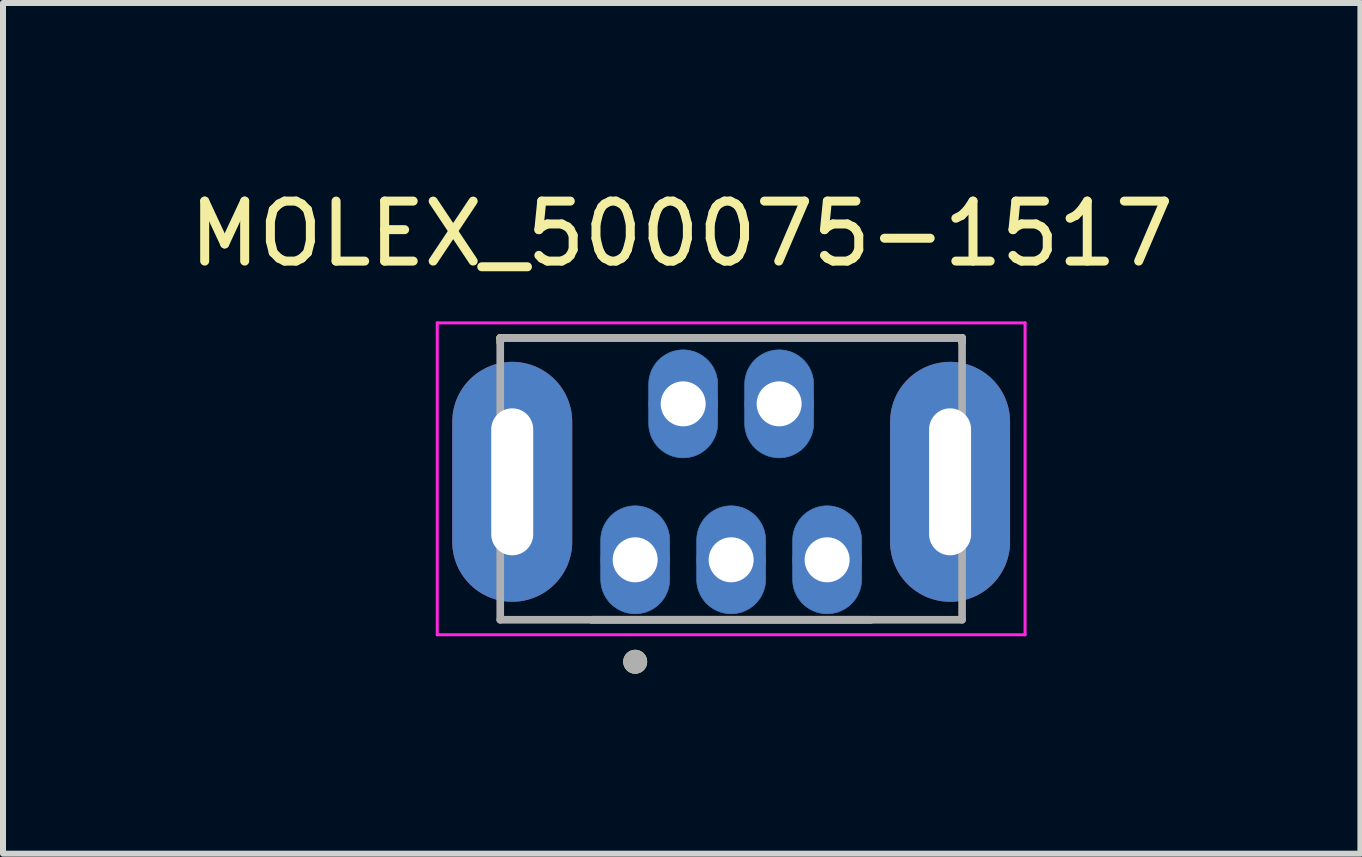
<source format=kicad_pcb>
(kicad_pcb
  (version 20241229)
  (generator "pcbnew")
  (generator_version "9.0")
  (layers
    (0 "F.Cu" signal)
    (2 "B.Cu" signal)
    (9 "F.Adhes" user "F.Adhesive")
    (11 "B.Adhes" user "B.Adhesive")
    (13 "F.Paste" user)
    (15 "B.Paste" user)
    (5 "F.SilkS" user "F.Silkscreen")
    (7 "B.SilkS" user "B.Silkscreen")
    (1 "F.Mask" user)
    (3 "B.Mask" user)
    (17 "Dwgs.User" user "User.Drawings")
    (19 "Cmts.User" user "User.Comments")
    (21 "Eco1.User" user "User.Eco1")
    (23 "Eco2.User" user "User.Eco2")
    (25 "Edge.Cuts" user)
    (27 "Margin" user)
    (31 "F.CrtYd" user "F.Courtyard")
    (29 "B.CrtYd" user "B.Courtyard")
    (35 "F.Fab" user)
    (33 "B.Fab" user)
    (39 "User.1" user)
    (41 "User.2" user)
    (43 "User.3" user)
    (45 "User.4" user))
  (footprint "MOLEX_500075-1517"
    (layer "F.Cu")
    (at 9.14 4.983)
    (property "Reference" "MOLEX_500075-1517" (at -0.825 -4.135 0) (layer "F.SilkS") (effects (font (size 1 1) (thickness 0.15))))
    (attr through_hole)
    (fp_poly (pts (xy -1.025 0.975) (xy -1.025 1.3) (xy -1.225 1.3) (xy -1.226 1.28) (xy -1.227 1.261) (xy -1.23 1.241) (xy -1.233 1.222) (xy -1.238 1.203) (xy -1.243 1.184) (xy -1.25 1.166) (xy -1.257 1.147) (xy -1.266 1.13) (xy -1.275 1.113) (xy -1.285 1.096) (xy -1.297 1.08) (xy -1.309 1.064) (xy -1.321 1.049) (xy -1.335 1.035) (xy -1.349 1.021) (xy -1.364 1.009) (xy -1.38 0.997) (xy -1.396 0.985) (xy -1.413 0.975) (xy -1.43 0.966) (xy -1.447 0.957) (xy -1.466 0.95) (xy -1.484 0.943) (xy -1.503 0.938) (xy -1.522 0.933) (xy -1.541 0.93) (xy -1.561 0.927) (xy -1.58 0.926) (xy -1.6 0.925) (xy -1.62 0.926) (xy -1.639 0.927) (xy -1.659 0.93) (xy -1.678 0.933) (xy -1.697 0.938) (xy -1.716 0.943) (xy -1.734 0.95) (xy -1.753 0.957) (xy -1.77 0.966) (xy -1.788 0.975) (xy -1.804 0.985) (xy -1.82 0.997) (xy -1.836 1.009) (xy -1.851 1.021) (xy -1.865 1.035) (xy -1.879 1.049) (xy -1.891 1.064) (xy -1.903 1.08) (xy -1.915 1.096) (xy -1.925 1.113) (xy -1.934 1.13) (xy -1.943 1.147) (xy -1.95 1.166) (xy -1.957 1.184) (xy -1.962 1.203) (xy -1.967 1.222) (xy -1.97 1.241) (xy -1.973 1.261) (xy -1.974 1.28) (xy -1.975 1.3) (xy -1.974 1.32) (xy -1.973 1.339) (xy -1.97 1.359) (xy -1.967 1.378) (xy -1.962 1.397) (xy -1.957 1.416) (xy -1.95 1.434) (xy -1.943 1.453) (xy -1.934 1.47) (xy -1.925 1.488) (xy -1.915 1.504) (xy -1.903 1.52) (xy -1.891 1.536) (xy -1.879 1.551) (xy -1.865 1.565) (xy -1.851 1.579) (xy -1.836 1.591) (xy -1.82 1.603) (xy -1.804 1.615) (xy -1.788 1.625) (xy -1.77 1.634) (xy -1.753 1.643) (xy -1.734 1.65) (xy -1.716 1.657) (xy -1.697 1.662) (xy -1.678 1.667) (xy -1.659 1.67) (xy -1.639 1.673) (xy -1.62 1.674) (xy -1.6 1.675) (xy -1.582 1.675) (xy -1.563 1.674) (xy -1.544 1.671) (xy -1.524 1.668) (xy -1.505 1.664) (xy -1.487 1.659) (xy -1.468 1.653) (xy -1.45 1.646) (xy -1.433 1.638) (xy -1.416 1.629) (xy -1.399 1.619) (xy -1.383 1.608) (xy -1.367 1.597) (xy -1.352 1.584) (xy -1.338 1.571) (xy -1.324 1.557) (xy -1.312 1.543) (xy -1.299 1.528) (xy -1.288 1.512) (xy -1.278 1.496) (xy -1.268 1.479) (xy -1.26 1.461) (xy -1.252 1.444) (xy -1.245 1.425) (xy -1.239 1.407) (xy -1.234 1.388) (xy -1.231 1.369) (xy -1.228 1.35) (xy -1.226 1.331) (xy -1.225 1.31) (xy -1.025 1.31) (xy -1.025 1.625) (xy -1.026 1.655) (xy -1.028 1.685) (xy -1.032 1.715) (xy -1.038 1.745) (xy -1.045 1.774) (xy -1.053 1.803) (xy -1.063 1.831) (xy -1.075 1.859) (xy -1.088 1.886) (xy -1.102 1.913) (xy -1.118 1.938) (xy -1.135 1.963) (xy -1.153 1.987) (xy -1.173 2.01) (xy -1.193 2.032) (xy -1.215 2.052) (xy -1.238 2.072) (xy -1.262 2.09) (xy -1.287 2.107) (xy -1.313 2.123) (xy -1.339 2.137) (xy -1.366 2.15) (xy -1.394 2.162) (xy -1.422 2.172) (xy -1.451 2.18) (xy -1.48 2.187) (xy -1.51 2.193) (xy -1.54 2.197) (xy -1.57 2.199) (xy -1.6 2.2) (xy -1.63 2.199) (xy -1.66 2.197) (xy -1.69 2.193) (xy -1.72 2.187) (xy -1.749 2.18) (xy -1.778 2.172) (xy -1.806 2.162) (xy -1.834 2.15) (xy -1.861 2.137) (xy -1.887 2.123) (xy -1.913 2.107) (xy -1.938 2.09) (xy -1.962 2.072) (xy -1.985 2.052) (xy -2.007 2.032) (xy -2.027 2.01) (xy -2.047 1.987) (xy -2.065 1.963) (xy -2.082 1.938) (xy -2.098 1.913) (xy -2.112 1.886) (xy -2.125 1.859) (xy -2.137 1.831) (xy -2.147 1.803) (xy -2.155 1.774) (xy -2.162 1.745) (xy -2.168 1.715) (xy -2.172 1.685) (xy -2.174 1.655) (xy -2.175 1.625) (xy -2.175 0.975) (xy -2.174 0.945) (xy -2.172 0.915) (xy -2.168 0.885) (xy -2.162 0.855) (xy -2.155 0.826) (xy -2.147 0.797) (xy -2.137 0.769) (xy -2.125 0.741) (xy -2.112 0.714) (xy -2.098 0.688) (xy -2.082 0.662) (xy -2.065 0.637) (xy -2.047 0.613) (xy -2.027 0.59) (xy -2.007 0.568) (xy -1.985 0.548) (xy -1.962 0.528) (xy -1.938 0.51) (xy -1.913 0.493) (xy -1.887 0.477) (xy -1.861 0.463) (xy -1.834 0.45) (xy -1.806 0.438) (xy -1.778 0.428) (xy -1.749 0.42) (xy -1.72 0.413) (xy -1.69 0.407) (xy -1.66 0.403) (xy -1.63 0.401) (xy -1.6 0.4) (xy -1.57 0.401) (xy -1.54 0.403) (xy -1.51 0.407) (xy -1.48 0.413) (xy -1.451 0.42) (xy -1.422 0.428) (xy -1.394 0.438) (xy -1.366 0.45) (xy -1.339 0.463) (xy -1.313 0.477) (xy -1.287 0.493) (xy -1.262 0.51) (xy -1.238 0.528) (xy -1.215 0.548) (xy -1.193 0.568) (xy -1.173 0.59) (xy -1.153 0.613) (xy -1.135 0.637) (xy -1.118 0.662) (xy -1.102 0.688) (xy -1.088 0.714) (xy -1.075 0.741) (xy -1.063 0.769) (xy -1.053 0.797) (xy -1.045 0.826) (xy -1.038 0.855) (xy -1.032 0.885) (xy -1.028 0.915) (xy -1.026 0.945) (xy -1.025 0.975)) (stroke (width 0.01) (type solid)) (fill yes) (layer "B.Cu"))
    (fp_poly (pts (xy -0.225 -1.625) (xy -0.225 -1.3) (xy -0.425 -1.3) (xy -0.426 -1.32) (xy -0.427 -1.339) (xy -0.43 -1.359) (xy -0.433 -1.378) (xy -0.438 -1.397) (xy -0.443 -1.416) (xy -0.45 -1.434) (xy -0.457 -1.453) (xy -0.466 -1.47) (xy -0.475 -1.488) (xy -0.485 -1.504) (xy -0.497 -1.52) (xy -0.509 -1.536) (xy -0.521 -1.551) (xy -0.535 -1.565) (xy -0.549 -1.579) (xy -0.564 -1.591) (xy -0.58 -1.603) (xy -0.596 -1.615) (xy -0.612 -1.625) (xy -0.63 -1.634) (xy -0.647 -1.643) (xy -0.666 -1.65) (xy -0.684 -1.657) (xy -0.703 -1.662) (xy -0.722 -1.667) (xy -0.741 -1.67) (xy -0.761 -1.673) (xy -0.78 -1.674) (xy -0.8 -1.675) (xy -0.82 -1.674) (xy -0.839 -1.673) (xy -0.859 -1.67) (xy -0.878 -1.667) (xy -0.897 -1.662) (xy -0.916 -1.657) (xy -0.934 -1.65) (xy -0.953 -1.643) (xy -0.97 -1.634) (xy -0.987 -1.625) (xy -1.004 -1.615) (xy -1.02 -1.603) (xy -1.036 -1.591) (xy -1.051 -1.579) (xy -1.065 -1.565) (xy -1.079 -1.551) (xy -1.091 -1.536) (xy -1.103 -1.52) (xy -1.115 -1.504) (xy -1.125 -1.488) (xy -1.134 -1.47) (xy -1.143 -1.453) (xy -1.15 -1.434) (xy -1.157 -1.416) (xy -1.162 -1.397) (xy -1.167 -1.378) (xy -1.17 -1.359) (xy -1.173 -1.339) (xy -1.174 -1.32) (xy -1.175 -1.3) (xy -1.174 -1.28) (xy -1.173 -1.261) (xy -1.17 -1.241) (xy -1.167 -1.222) (xy -1.162 -1.203) (xy -1.157 -1.184) (xy -1.15 -1.166) (xy -1.143 -1.147) (xy -1.134 -1.13) (xy -1.125 -1.113) (xy -1.115 -1.096) (xy -1.103 -1.08) (xy -1.091 -1.064) (xy -1.079 -1.049) (xy -1.065 -1.035) (xy -1.051 -1.021) (xy -1.036 -1.009) (xy -1.02 -0.997) (xy -1.004 -0.985) (xy -0.988 -0.975) (xy -0.97 -0.966) (xy -0.953 -0.957) (xy -0.934 -0.95) (xy -0.916 -0.943) (xy -0.897 -0.938) (xy -0.878 -0.933) (xy -0.859 -0.93) (xy -0.839 -0.927) (xy -0.82 -0.926) (xy -0.8 -0.925) (xy -0.782 -0.925) (xy -0.763 -0.926) (xy -0.744 -0.929) (xy -0.724 -0.932) (xy -0.705 -0.936) (xy -0.687 -0.941) (xy -0.668 -0.947) (xy -0.65 -0.954) (xy -0.633 -0.962) (xy -0.616 -0.971) (xy -0.599 -0.981) (xy -0.583 -0.992) (xy -0.567 -1.003) (xy -0.552 -1.016) (xy -0.538 -1.029) (xy -0.524 -1.043) (xy -0.512 -1.057) (xy -0.499 -1.072) (xy -0.488 -1.088) (xy -0.478 -1.104) (xy -0.468 -1.121) (xy -0.46 -1.139) (xy -0.452 -1.156) (xy -0.445 -1.175) (xy -0.439 -1.193) (xy -0.434 -1.212) (xy -0.431 -1.231) (xy -0.428 -1.25) (xy -0.426 -1.269) (xy -0.425 -1.29) (xy -0.225 -1.29) (xy -0.225 -0.975) (xy -0.226 -0.945) (xy -0.228 -0.915) (xy -0.232 -0.885) (xy -0.238 -0.855) (xy -0.245 -0.826) (xy -0.253 -0.797) (xy -0.263 -0.769) (xy -0.275 -0.741) (xy -0.288 -0.714) (xy -0.302 -0.688) (xy -0.318 -0.662) (xy -0.335 -0.637) (xy -0.353 -0.613) (xy -0.373 -0.59) (xy -0.393 -0.568) (xy -0.415 -0.548) (xy -0.438 -0.528) (xy -0.462 -0.51) (xy -0.487 -0.493) (xy -0.512 -0.477) (xy -0.539 -0.463) (xy -0.566 -0.45) (xy -0.594 -0.438) (xy -0.622 -0.428) (xy -0.651 -0.42) (xy -0.68 -0.413) (xy -0.71 -0.407) (xy -0.74 -0.403) (xy -0.77 -0.401) (xy -0.8 -0.4) (xy -0.83 -0.401) (xy -0.86 -0.403) (xy -0.89 -0.407) (xy -0.92 -0.413) (xy -0.949 -0.42) (xy -0.978 -0.428) (xy -1.006 -0.438) (xy -1.034 -0.45) (xy -1.061 -0.463) (xy -1.087 -0.477) (xy -1.113 -0.493) (xy -1.138 -0.51) (xy -1.162 -0.528) (xy -1.185 -0.548) (xy -1.207 -0.568) (xy -1.227 -0.59) (xy -1.247 -0.613) (xy -1.265 -0.637) (xy -1.282 -0.662) (xy -1.298 -0.688) (xy -1.312 -0.714) (xy -1.325 -0.741) (xy -1.337 -0.769) (xy -1.347 -0.797) (xy -1.355 -0.826) (xy -1.362 -0.855) (xy -1.368 -0.885) (xy -1.372 -0.915) (xy -1.374 -0.945) (xy -1.375 -0.975) (xy -1.375 -1.625) (xy -1.374 -1.655) (xy -1.372 -1.685) (xy -1.368 -1.715) (xy -1.362 -1.745) (xy -1.355 -1.774) (xy -1.347 -1.803) (xy -1.337 -1.831) (xy -1.325 -1.859) (xy -1.312 -1.886) (xy -1.298 -1.913) (xy -1.282 -1.938) (xy -1.265 -1.963) (xy -1.247 -1.987) (xy -1.227 -2.01) (xy -1.207 -2.032) (xy -1.185 -2.052) (xy -1.162 -2.072) (xy -1.138 -2.09) (xy -1.113 -2.107) (xy -1.087 -2.123) (xy -1.061 -2.137) (xy -1.034 -2.15) (xy -1.006 -2.162) (xy -0.978 -2.172) (xy -0.949 -2.18) (xy -0.92 -2.187) (xy -0.89 -2.193) (xy -0.86 -2.197) (xy -0.83 -2.199) (xy -0.8 -2.2) (xy -0.77 -2.199) (xy -0.74 -2.197) (xy -0.71 -2.193) (xy -0.68 -2.187) (xy -0.651 -2.18) (xy -0.622 -2.172) (xy -0.594 -2.162) (xy -0.566 -2.15) (xy -0.539 -2.137) (xy -0.513 -2.123) (xy -0.487 -2.107) (xy -0.462 -2.09) (xy -0.438 -2.072) (xy -0.415 -2.052) (xy -0.393 -2.032) (xy -0.373 -2.01) (xy -0.353 -1.987) (xy -0.335 -1.963) (xy -0.318 -1.938) (xy -0.302 -1.913) (xy -0.288 -1.886) (xy -0.275 -1.859) (xy -0.263 -1.831) (xy -0.253 -1.803) (xy -0.245 -1.774) (xy -0.238 -1.745) (xy -0.232 -1.715) (xy -0.228 -1.685) (xy -0.226 -1.655) (xy -0.225 -1.625)) (stroke (width 0.01) (type solid)) (fill yes) (layer "B.Cu"))
    (fp_poly (pts (xy 0.575 0.975) (xy 0.575 1.3) (xy 0.375 1.3) (xy 0.374 1.28) (xy 0.373 1.261) (xy 0.37 1.241) (xy 0.367 1.222) (xy 0.362 1.203) (xy 0.357 1.184) (xy 0.35 1.166) (xy 0.343 1.147) (xy 0.334 1.13) (xy 0.325 1.113) (xy 0.315 1.096) (xy 0.303 1.08) (xy 0.291 1.064) (xy 0.279 1.049) (xy 0.265 1.035) (xy 0.251 1.021) (xy 0.236 1.009) (xy 0.22 0.997) (xy 0.204 0.985) (xy 0.188 0.975) (xy 0.17 0.966) (xy 0.153 0.957) (xy 0.134 0.95) (xy 0.116 0.943) (xy 0.097 0.938) (xy 0.078 0.933) (xy 0.059 0.93) (xy 0.039 0.927) (xy 0.02 0.926) (xy 0 0.925) (xy -0.02 0.926) (xy -0.039 0.927) (xy -0.059 0.93) (xy -0.078 0.933) (xy -0.097 0.938) (xy -0.116 0.943) (xy -0.134 0.95) (xy -0.153 0.957) (xy -0.17 0.966) (xy -0.187 0.975) (xy -0.204 0.985) (xy -0.22 0.997) (xy -0.236 1.009) (xy -0.251 1.021) (xy -0.265 1.035) (xy -0.279 1.049) (xy -0.291 1.064) (xy -0.303 1.08) (xy -0.315 1.096) (xy -0.325 1.113) (xy -0.334 1.13) (xy -0.343 1.147) (xy -0.35 1.166) (xy -0.357 1.184) (xy -0.362 1.203) (xy -0.367 1.222) (xy -0.37 1.241) (xy -0.373 1.261) (xy -0.374 1.28) (xy -0.375 1.3) (xy -0.374 1.32) (xy -0.373 1.339) (xy -0.37 1.359) (xy -0.367 1.378) (xy -0.362 1.397) (xy -0.357 1.416) (xy -0.35 1.434) (xy -0.343 1.453) (xy -0.334 1.47) (xy -0.325 1.488) (xy -0.315 1.504) (xy -0.303 1.52) (xy -0.291 1.536) (xy -0.279 1.551) (xy -0.265 1.565) (xy -0.251 1.579) (xy -0.236 1.591) (xy -0.22 1.603) (xy -0.204 1.615) (xy -0.188 1.625) (xy -0.17 1.634) (xy -0.153 1.643) (xy -0.134 1.65) (xy -0.116 1.657) (xy -0.097 1.662) (xy -0.078 1.667) (xy -0.059 1.67) (xy -0.039 1.673) (xy -0.02 1.674) (xy 0 1.675) (xy 0.018 1.675) (xy 0.037 1.674) (xy 0.056 1.671) (xy 0.076 1.668) (xy 0.095 1.664) (xy 0.113 1.659) (xy 0.132 1.653) (xy 0.15 1.646) (xy 0.167 1.638) (xy 0.184 1.629) (xy 0.201 1.619) (xy 0.217 1.608) (xy 0.233 1.597) (xy 0.248 1.584) (xy 0.262 1.571) (xy 0.276 1.557) (xy 0.288 1.543) (xy 0.301 1.528) (xy 0.312 1.512) (xy 0.322 1.496) (xy 0.332 1.479) (xy 0.34 1.461) (xy 0.348 1.444) (xy 0.355 1.425) (xy 0.361 1.407) (xy 0.366 1.388) (xy 0.369 1.369) (xy 0.372 1.35) (xy 0.374 1.331) (xy 0.375 1.31) (xy 0.575 1.31) (xy 0.575 1.625) (xy 0.574 1.655) (xy 0.572 1.685) (xy 0.568 1.715) (xy 0.562 1.745) (xy 0.555 1.774) (xy 0.547 1.803) (xy 0.537 1.831) (xy 0.525 1.859) (xy 0.512 1.886) (xy 0.498 1.913) (xy 0.482 1.938) (xy 0.465 1.963) (xy 0.447 1.987) (xy 0.427 2.01) (xy 0.407 2.032) (xy 0.385 2.052) (xy 0.362 2.072) (xy 0.338 2.09) (xy 0.313 2.107) (xy 0.287 2.123) (xy 0.261 2.137) (xy 0.234 2.15) (xy 0.206 2.162) (xy 0.178 2.172) (xy 0.149 2.18) (xy 0.12 2.187) (xy 0.09 2.193) (xy 0.06 2.197) (xy 0.03 2.199) (xy 0 2.2) (xy -0.03 2.199) (xy -0.06 2.197) (xy -0.09 2.193) (xy -0.12 2.187) (xy -0.149 2.18) (xy -0.178 2.172) (xy -0.206 2.162) (xy -0.234 2.15) (xy -0.261 2.137) (xy -0.288 2.123) (xy -0.313 2.107) (xy -0.338 2.09) (xy -0.362 2.072) (xy -0.385 2.052) (xy -0.407 2.032) (xy -0.427 2.01) (xy -0.447 1.987) (xy -0.465 1.963) (xy -0.482 1.938) (xy -0.498 1.913) (xy -0.512 1.886) (xy -0.525 1.859) (xy -0.537 1.831) (xy -0.547 1.803) (xy -0.555 1.774) (xy -0.562 1.745) (xy -0.568 1.715) (xy -0.572 1.685) (xy -0.574 1.655) (xy -0.575 1.625) (xy -0.575 0.975) (xy -0.574 0.945) (xy -0.572 0.915) (xy -0.568 0.885) (xy -0.562 0.855) (xy -0.555 0.826) (xy -0.547 0.797) (xy -0.537 0.769) (xy -0.525 0.741) (xy -0.512 0.714) (xy -0.498 0.688) (xy -0.482 0.662) (xy -0.465 0.637) (xy -0.447 0.613) (xy -0.427 0.59) (xy -0.407 0.568) (xy -0.385 0.548) (xy -0.362 0.528) (xy -0.338 0.51) (xy -0.313 0.493) (xy -0.287 0.477) (xy -0.261 0.463) (xy -0.234 0.45) (xy -0.206 0.438) (xy -0.178 0.428) (xy -0.149 0.42) (xy -0.12 0.413) (xy -0.09 0.407) (xy -0.06 0.403) (xy -0.03 0.401) (xy 0 0.4) (xy 0.03 0.401) (xy 0.06 0.403) (xy 0.09 0.407) (xy 0.12 0.413) (xy 0.149 0.42) (xy 0.178 0.428) (xy 0.206 0.438) (xy 0.234 0.45) (xy 0.261 0.463) (xy 0.288 0.477) (xy 0.313 0.493) (xy 0.338 0.51) (xy 0.362 0.528) (xy 0.385 0.548) (xy 0.407 0.568) (xy 0.427 0.59) (xy 0.447 0.613) (xy 0.465 0.637) (xy 0.482 0.662) (xy 0.498 0.688) (xy 0.512 0.714) (xy 0.525 0.741) (xy 0.537 0.769) (xy 0.547 0.797) (xy 0.555 0.826) (xy 0.562 0.855) (xy 0.568 0.885) (xy 0.572 0.915) (xy 0.574 0.945) (xy 0.575 0.975)) (stroke (width 0.01) (type solid)) (fill yes) (layer "B.Cu"))
    (fp_poly (pts (xy 1.375 -1.625) (xy 1.375 -1.3) (xy 1.175 -1.3) (xy 1.174 -1.32) (xy 1.173 -1.339) (xy 1.17 -1.359) (xy 1.167 -1.378) (xy 1.162 -1.397) (xy 1.157 -1.416) (xy 1.15 -1.434) (xy 1.143 -1.453) (xy 1.134 -1.47) (xy 1.125 -1.488) (xy 1.115 -1.504) (xy 1.103 -1.52) (xy 1.091 -1.536) (xy 1.079 -1.551) (xy 1.065 -1.565) (xy 1.051 -1.579) (xy 1.036 -1.591) (xy 1.02 -1.603) (xy 1.004 -1.615) (xy 0.988 -1.625) (xy 0.97 -1.634) (xy 0.953 -1.643) (xy 0.934 -1.65) (xy 0.916 -1.657) (xy 0.897 -1.662) (xy 0.878 -1.667) (xy 0.859 -1.67) (xy 0.839 -1.673) (xy 0.82 -1.674) (xy 0.8 -1.675) (xy 0.78 -1.674) (xy 0.761 -1.673) (xy 0.741 -1.67) (xy 0.722 -1.667) (xy 0.703 -1.662) (xy 0.684 -1.657) (xy 0.666 -1.65) (xy 0.647 -1.643) (xy 0.63 -1.634) (xy 0.613 -1.625) (xy 0.596 -1.615) (xy 0.58 -1.603) (xy 0.564 -1.591) (xy 0.549 -1.579) (xy 0.535 -1.565) (xy 0.521 -1.551) (xy 0.509 -1.536) (xy 0.497 -1.52) (xy 0.485 -1.504) (xy 0.475 -1.488) (xy 0.466 -1.47) (xy 0.457 -1.453) (xy 0.45 -1.434) (xy 0.443 -1.416) (xy 0.438 -1.397) (xy 0.433 -1.378) (xy 0.43 -1.359) (xy 0.427 -1.339) (xy 0.426 -1.32) (xy 0.425 -1.3) (xy 0.426 -1.28) (xy 0.427 -1.261) (xy 0.43 -1.241) (xy 0.433 -1.222) (xy 0.438 -1.203) (xy 0.443 -1.184) (xy 0.45 -1.166) (xy 0.457 -1.147) (xy 0.466 -1.13) (xy 0.475 -1.113) (xy 0.485 -1.096) (xy 0.497 -1.08) (xy 0.509 -1.064) (xy 0.521 -1.049) (xy 0.535 -1.035) (xy 0.549 -1.021) (xy 0.564 -1.009) (xy 0.58 -0.997) (xy 0.596 -0.985) (xy 0.612 -0.975) (xy 0.63 -0.966) (xy 0.647 -0.957) (xy 0.666 -0.95) (xy 0.684 -0.943) (xy 0.703 -0.938) (xy 0.722 -0.933) (xy 0.741 -0.93) (xy 0.761 -0.927) (xy 0.78 -0.926) (xy 0.8 -0.925) (xy 0.818 -0.925) (xy 0.837 -0.926) (xy 0.856 -0.929) (xy 0.876 -0.932) (xy 0.895 -0.936) (xy 0.913 -0.941) (xy 0.932 -0.947) (xy 0.95 -0.954) (xy 0.967 -0.962) (xy 0.984 -0.971) (xy 1.001 -0.981) (xy 1.017 -0.992) (xy 1.033 -1.003) (xy 1.048 -1.016) (xy 1.062 -1.029) (xy 1.076 -1.043) (xy 1.088 -1.057) (xy 1.101 -1.072) (xy 1.112 -1.088) (xy 1.122 -1.104) (xy 1.132 -1.121) (xy 1.14 -1.139) (xy 1.148 -1.156) (xy 1.155 -1.175) (xy 1.161 -1.193) (xy 1.166 -1.212) (xy 1.169 -1.231) (xy 1.172 -1.25) (xy 1.174 -1.269) (xy 1.175 -1.29) (xy 1.375 -1.29) (xy 1.375 -0.975) (xy 1.374 -0.945) (xy 1.372 -0.915) (xy 1.368 -0.885) (xy 1.362 -0.855) (xy 1.355 -0.826) (xy 1.347 -0.797) (xy 1.337 -0.769) (xy 1.325 -0.741) (xy 1.312 -0.714) (xy 1.298 -0.688) (xy 1.282 -0.662) (xy 1.265 -0.637) (xy 1.247 -0.613) (xy 1.227 -0.59) (xy 1.207 -0.568) (xy 1.185 -0.548) (xy 1.162 -0.528) (xy 1.138 -0.51) (xy 1.113 -0.493) (xy 1.087 -0.477) (xy 1.061 -0.463) (xy 1.034 -0.45) (xy 1.006 -0.438) (xy 0.978 -0.428) (xy 0.949 -0.42) (xy 0.92 -0.413) (xy 0.89 -0.407) (xy 0.86 -0.403) (xy 0.83 -0.401) (xy 0.8 -0.4) (xy 0.77 -0.401) (xy 0.74 -0.403) (xy 0.71 -0.407) (xy 0.68 -0.413) (xy 0.651 -0.42) (xy 0.622 -0.428) (xy 0.594 -0.438) (xy 0.566 -0.45) (xy 0.539 -0.463) (xy 0.513 -0.477) (xy 0.487 -0.493) (xy 0.462 -0.51) (xy 0.438 -0.528) (xy 0.415 -0.548) (xy 0.393 -0.568) (xy 0.373 -0.59) (xy 0.353 -0.613) (xy 0.335 -0.637) (xy 0.318 -0.662) (xy 0.302 -0.688) (xy 0.288 -0.714) (xy 0.275 -0.741) (xy 0.263 -0.769) (xy 0.253 -0.797) (xy 0.245 -0.826) (xy 0.238 -0.855) (xy 0.232 -0.885) (xy 0.228 -0.915) (xy 0.226 -0.945) (xy 0.225 -0.975) (xy 0.225 -1.625) (xy 0.226 -1.655) (xy 0.228 -1.685) (xy 0.232 -1.715) (xy 0.238 -1.745) (xy 0.245 -1.774) (xy 0.253 -1.803) (xy 0.263 -1.831) (xy 0.275 -1.859) (xy 0.288 -1.886) (xy 0.302 -1.913) (xy 0.318 -1.938) (xy 0.335 -1.963) (xy 0.353 -1.987) (xy 0.373 -2.01) (xy 0.393 -2.032) (xy 0.415 -2.052) (xy 0.438 -2.072) (xy 0.462 -2.09) (xy 0.487 -2.107) (xy 0.513 -2.123) (xy 0.539 -2.137) (xy 0.566 -2.15) (xy 0.594 -2.162) (xy 0.622 -2.172) (xy 0.651 -2.18) (xy 0.68 -2.187) (xy 0.71 -2.193) (xy 0.74 -2.197) (xy 0.77 -2.199) (xy 0.8 -2.2) (xy 0.83 -2.199) (xy 0.86 -2.197) (xy 0.89 -2.193) (xy 0.92 -2.187) (xy 0.949 -2.18) (xy 0.978 -2.172) (xy 1.006 -2.162) (xy 1.034 -2.15) (xy 1.061 -2.137) (xy 1.087 -2.123) (xy 1.113 -2.107) (xy 1.138 -2.09) (xy 1.162 -2.072) (xy 1.185 -2.052) (xy 1.207 -2.032) (xy 1.227 -2.01) (xy 1.247 -1.987) (xy 1.265 -1.963) (xy 1.282 -1.938) (xy 1.298 -1.913) (xy 1.312 -1.886) (xy 1.325 -1.859) (xy 1.337 -1.831) (xy 1.347 -1.803) (xy 1.355 -1.774) (xy 1.362 -1.745) (xy 1.368 -1.715) (xy 1.372 -1.685) (xy 1.374 -1.655) (xy 1.375 -1.625)) (stroke (width 0.01) (type solid)) (fill yes) (layer "B.Cu"))
    (fp_poly (pts (xy 2.175 0.975) (xy 2.175 1.3) (xy 1.975 1.3) (xy 1.974 1.28) (xy 1.973 1.261) (xy 1.97 1.241) (xy 1.967 1.222) (xy 1.962 1.203) (xy 1.957 1.184) (xy 1.95 1.166) (xy 1.943 1.147) (xy 1.934 1.13) (xy 1.925 1.113) (xy 1.915 1.096) (xy 1.903 1.08) (xy 1.891 1.064) (xy 1.879 1.049) (xy 1.865 1.035) (xy 1.851 1.021) (xy 1.836 1.009) (xy 1.82 0.997) (xy 1.804 0.985) (xy 1.788 0.975) (xy 1.77 0.966) (xy 1.753 0.957) (xy 1.734 0.95) (xy 1.716 0.943) (xy 1.697 0.938) (xy 1.678 0.933) (xy 1.659 0.93) (xy 1.639 0.927) (xy 1.62 0.926) (xy 1.6 0.925) (xy 1.58 0.926) (xy 1.561 0.927) (xy 1.541 0.93) (xy 1.522 0.933) (xy 1.503 0.938) (xy 1.484 0.943) (xy 1.466 0.95) (xy 1.447 0.957) (xy 1.43 0.966) (xy 1.413 0.975) (xy 1.396 0.985) (xy 1.38 0.997) (xy 1.364 1.009) (xy 1.349 1.021) (xy 1.335 1.035) (xy 1.321 1.049) (xy 1.309 1.064) (xy 1.297 1.08) (xy 1.285 1.096) (xy 1.275 1.113) (xy 1.266 1.13) (xy 1.257 1.147) (xy 1.25 1.166) (xy 1.243 1.184) (xy 1.238 1.203) (xy 1.233 1.222) (xy 1.23 1.241) (xy 1.227 1.261) (xy 1.226 1.28) (xy 1.225 1.3) (xy 1.226 1.32) (xy 1.227 1.339) (xy 1.23 1.359) (xy 1.233 1.378) (xy 1.238 1.397) (xy 1.243 1.416) (xy 1.25 1.434) (xy 1.257 1.453) (xy 1.266 1.47) (xy 1.275 1.488) (xy 1.285 1.504) (xy 1.297 1.52) (xy 1.309 1.536) (xy 1.321 1.551) (xy 1.335 1.565) (xy 1.349 1.579) (xy 1.364 1.591) (xy 1.38 1.603) (xy 1.396 1.615) (xy 1.412 1.625) (xy 1.43 1.634) (xy 1.447 1.643) (xy 1.466 1.65) (xy 1.484 1.657) (xy 1.503 1.662) (xy 1.522 1.667) (xy 1.541 1.67) (xy 1.561 1.673) (xy 1.58 1.674) (xy 1.6 1.675) (xy 1.618 1.675) (xy 1.637 1.674) (xy 1.656 1.671) (xy 1.676 1.668) (xy 1.695 1.664) (xy 1.713 1.659) (xy 1.732 1.653) (xy 1.75 1.646) (xy 1.767 1.638) (xy 1.784 1.629) (xy 1.801 1.619) (xy 1.817 1.608) (xy 1.833 1.597) (xy 1.848 1.584) (xy 1.862 1.571) (xy 1.876 1.557) (xy 1.888 1.543) (xy 1.901 1.528) (xy 1.912 1.512) (xy 1.922 1.496) (xy 1.932 1.479) (xy 1.94 1.461) (xy 1.948 1.444) (xy 1.955 1.425) (xy 1.961 1.407) (xy 1.966 1.388) (xy 1.969 1.369) (xy 1.972 1.35) (xy 1.974 1.331) (xy 1.975 1.31) (xy 2.175 1.31) (xy 2.175 1.625) (xy 2.174 1.655) (xy 2.172 1.685) (xy 2.168 1.715) (xy 2.162 1.745) (xy 2.155 1.774) (xy 2.147 1.803) (xy 2.137 1.831) (xy 2.125 1.859) (xy 2.112 1.886) (xy 2.098 1.913) (xy 2.082 1.938) (xy 2.065 1.963) (xy 2.047 1.987) (xy 2.027 2.01) (xy 2.007 2.032) (xy 1.985 2.052) (xy 1.962 2.072) (xy 1.938 2.09) (xy 1.913 2.107) (xy 1.887 2.123) (xy 1.861 2.137) (xy 1.834 2.15) (xy 1.806 2.162) (xy 1.778 2.172) (xy 1.749 2.18) (xy 1.72 2.187) (xy 1.69 2.193) (xy 1.66 2.197) (xy 1.63 2.199) (xy 1.6 2.2) (xy 1.57 2.199) (xy 1.54 2.197) (xy 1.51 2.193) (xy 1.48 2.187) (xy 1.451 2.18) (xy 1.422 2.172) (xy 1.394 2.162) (xy 1.366 2.15) (xy 1.339 2.137) (xy 1.312 2.123) (xy 1.287 2.107) (xy 1.262 2.09) (xy 1.238 2.072) (xy 1.215 2.052) (xy 1.193 2.032) (xy 1.173 2.01) (xy 1.153 1.987) (xy 1.135 1.963) (xy 1.118 1.938) (xy 1.102 1.913) (xy 1.088 1.886) (xy 1.075 1.859) (xy 1.063 1.831) (xy 1.053 1.803) (xy 1.045 1.774) (xy 1.038 1.745) (xy 1.032 1.715) (xy 1.028 1.685) (xy 1.026 1.655) (xy 1.025 1.625) (xy 1.025 0.975) (xy 1.026 0.945) (xy 1.028 0.915) (xy 1.032 0.885) (xy 1.038 0.855) (xy 1.045 0.826) (xy 1.053 0.797) (xy 1.063 0.769) (xy 1.075 0.741) (xy 1.088 0.714) (xy 1.102 0.688) (xy 1.118 0.662) (xy 1.135 0.637) (xy 1.153 0.613) (xy 1.173 0.59) (xy 1.193 0.568) (xy 1.215 0.548) (xy 1.238 0.528) (xy 1.262 0.51) (xy 1.287 0.493) (xy 1.313 0.477) (xy 1.339 0.463) (xy 1.366 0.45) (xy 1.394 0.438) (xy 1.422 0.428) (xy 1.451 0.42) (xy 1.48 0.413) (xy 1.51 0.407) (xy 1.54 0.403) (xy 1.57 0.401) (xy 1.6 0.4) (xy 1.63 0.401) (xy 1.66 0.403) (xy 1.69 0.407) (xy 1.72 0.413) (xy 1.749 0.42) (xy 1.778 0.428) (xy 1.806 0.438) (xy 1.834 0.45) (xy 1.861 0.463) (xy 1.887 0.477) (xy 1.913 0.493) (xy 1.938 0.51) (xy 1.962 0.528) (xy 1.985 0.548) (xy 2.007 0.568) (xy 2.027 0.59) (xy 2.047 0.613) (xy 2.065 0.637) (xy 2.082 0.662) (xy 2.098 0.688) (xy 2.112 0.714) (xy 2.125 0.741) (xy 2.137 0.769) (xy 2.147 0.797) (xy 2.155 0.826) (xy 2.162 0.855) (xy 2.168 0.885) (xy 2.172 0.915) (xy 2.174 0.945) (xy 2.175 0.975)) (stroke (width 0.01) (type solid)) (fill yes) (layer "B.Cu"))
    (fp_poly (pts (xy -0.925 0.975) (xy -0.925 1.625) (xy -0.926 1.66) (xy -0.929 1.696) (xy -0.933 1.731) (xy -0.94 1.765) (xy -0.948 1.8) (xy -0.958 1.834) (xy -0.97 1.867) (xy -0.983 1.9) (xy -0.999 1.931) (xy -1.015 1.962) (xy -1.034 1.993) (xy -1.054 2.022) (xy -1.075 2.05) (xy -1.098 2.077) (xy -1.123 2.102) (xy -1.148 2.127) (xy -1.175 2.15) (xy -1.203 2.171) (xy -1.232 2.191) (xy -1.263 2.21) (xy -1.294 2.226) (xy -1.325 2.242) (xy -1.358 2.255) (xy -1.391 2.267) (xy -1.425 2.277) (xy -1.46 2.285) (xy -1.494 2.292) (xy -1.529 2.296) (xy -1.565 2.299) (xy -1.6 2.3) (xy -1.635 2.299) (xy -1.671 2.296) (xy -1.706 2.292) (xy -1.74 2.285) (xy -1.775 2.277) (xy -1.809 2.267) (xy -1.842 2.255) (xy -1.875 2.242) (xy -1.906 2.226) (xy -1.938 2.21) (xy -1.968 2.191) (xy -1.997 2.171) (xy -2.025 2.15) (xy -2.052 2.127) (xy -2.077 2.102) (xy -2.102 2.077) (xy -2.125 2.05) (xy -2.146 2.022) (xy -2.166 1.993) (xy -2.185 1.962) (xy -2.201 1.931) (xy -2.217 1.9) (xy -2.23 1.867) (xy -2.242 1.834) (xy -2.252 1.8) (xy -2.26 1.765) (xy -2.267 1.731) (xy -2.271 1.696) (xy -2.274 1.66) (xy -2.275 1.625) (xy -2.275 0.975) (xy -2.274 0.94) (xy -2.271 0.904) (xy -2.267 0.869) (xy -2.26 0.835) (xy -2.252 0.8) (xy -2.242 0.766) (xy -2.23 0.733) (xy -2.217 0.7) (xy -2.201 0.669) (xy -2.185 0.637) (xy -2.166 0.607) (xy -2.146 0.578) (xy -2.125 0.55) (xy -2.102 0.523) (xy -2.077 0.498) (xy -2.052 0.473) (xy -2.025 0.45) (xy -1.997 0.429) (xy -1.968 0.409) (xy -1.938 0.39) (xy -1.906 0.374) (xy -1.875 0.358) (xy -1.842 0.345) (xy -1.809 0.333) (xy -1.775 0.323) (xy -1.74 0.315) (xy -1.706 0.308) (xy -1.671 0.304) (xy -1.635 0.301) (xy -1.6 0.3) (xy -1.565 0.301) (xy -1.529 0.304) (xy -1.494 0.308) (xy -1.46 0.315) (xy -1.425 0.323) (xy -1.391 0.333) (xy -1.358 0.345) (xy -1.325 0.358) (xy -1.294 0.374) (xy -1.263 0.39) (xy -1.232 0.409) (xy -1.203 0.429) (xy -1.175 0.45) (xy -1.148 0.473) (xy -1.123 0.498) (xy -1.098 0.523) (xy -1.075 0.55) (xy -1.054 0.578) (xy -1.034 0.607) (xy -1.015 0.638) (xy -0.999 0.669) (xy -0.983 0.7) (xy -0.97 0.733) (xy -0.958 0.766) (xy -0.948 0.8) (xy -0.94 0.835) (xy -0.933 0.869) (xy -0.929 0.904) (xy -0.926 0.94) (xy -0.925 0.975)) (stroke (width 0.01) (type solid)) (fill yes) (layer "B.Mask"))
    (fp_poly (pts (xy -0.125 -1.625) (xy -0.125 -0.975) (xy -0.126 -0.94) (xy -0.129 -0.904) (xy -0.133 -0.869) (xy -0.14 -0.835) (xy -0.148 -0.8) (xy -0.158 -0.766) (xy -0.17 -0.733) (xy -0.183 -0.7) (xy -0.199 -0.669) (xy -0.215 -0.638) (xy -0.234 -0.607) (xy -0.254 -0.578) (xy -0.275 -0.55) (xy -0.298 -0.523) (xy -0.323 -0.498) (xy -0.348 -0.473) (xy -0.375 -0.45) (xy -0.403 -0.429) (xy -0.432 -0.409) (xy -0.463 -0.39) (xy -0.494 -0.374) (xy -0.525 -0.358) (xy -0.558 -0.345) (xy -0.591 -0.333) (xy -0.625 -0.323) (xy -0.66 -0.315) (xy -0.694 -0.308) (xy -0.729 -0.304) (xy -0.765 -0.301) (xy -0.8 -0.3) (xy -0.835 -0.301) (xy -0.871 -0.304) (xy -0.906 -0.308) (xy -0.94 -0.315) (xy -0.975 -0.323) (xy -1.009 -0.333) (xy -1.042 -0.345) (xy -1.075 -0.358) (xy -1.106 -0.374) (xy -1.137 -0.39) (xy -1.168 -0.409) (xy -1.197 -0.429) (xy -1.225 -0.45) (xy -1.252 -0.473) (xy -1.277 -0.498) (xy -1.302 -0.523) (xy -1.325 -0.55) (xy -1.346 -0.578) (xy -1.366 -0.607) (xy -1.385 -0.638) (xy -1.401 -0.669) (xy -1.417 -0.7) (xy -1.43 -0.733) (xy -1.442 -0.766) (xy -1.452 -0.8) (xy -1.46 -0.835) (xy -1.467 -0.869) (xy -1.471 -0.904) (xy -1.474 -0.94) (xy -1.475 -0.975) (xy -1.475 -1.625) (xy -1.474 -1.66) (xy -1.471 -1.696) (xy -1.467 -1.731) (xy -1.46 -1.765) (xy -1.452 -1.8) (xy -1.442 -1.834) (xy -1.43 -1.867) (xy -1.417 -1.9) (xy -1.401 -1.931) (xy -1.385 -1.962) (xy -1.366 -1.993) (xy -1.346 -2.022) (xy -1.325 -2.05) (xy -1.302 -2.077) (xy -1.277 -2.102) (xy -1.252 -2.127) (xy -1.225 -2.15) (xy -1.197 -2.171) (xy -1.168 -2.191) (xy -1.138 -2.21) (xy -1.106 -2.226) (xy -1.075 -2.242) (xy -1.042 -2.255) (xy -1.009 -2.267) (xy -0.975 -2.277) (xy -0.94 -2.285) (xy -0.906 -2.292) (xy -0.871 -2.296) (xy -0.835 -2.299) (xy -0.8 -2.3) (xy -0.765 -2.299) (xy -0.729 -2.296) (xy -0.694 -2.292) (xy -0.66 -2.285) (xy -0.625 -2.277) (xy -0.591 -2.267) (xy -0.558 -2.255) (xy -0.525 -2.242) (xy -0.494 -2.226) (xy -0.462 -2.21) (xy -0.432 -2.191) (xy -0.403 -2.171) (xy -0.375 -2.15) (xy -0.348 -2.127) (xy -0.323 -2.102) (xy -0.298 -2.077) (xy -0.275 -2.05) (xy -0.254 -2.022) (xy -0.234 -1.993) (xy -0.215 -1.962) (xy -0.199 -1.931) (xy -0.183 -1.9) (xy -0.17 -1.867) (xy -0.158 -1.834) (xy -0.148 -1.8) (xy -0.14 -1.765) (xy -0.133 -1.731) (xy -0.129 -1.696) (xy -0.126 -1.66) (xy -0.125 -1.625)) (stroke (width 0.01) (type solid)) (fill yes) (layer "B.Mask"))
    (fp_poly (pts (xy 0.675 0.975) (xy 0.675 1.625) (xy 0.674 1.66) (xy 0.671 1.696) (xy 0.667 1.731) (xy 0.66 1.765) (xy 0.652 1.8) (xy 0.642 1.834) (xy 0.63 1.867) (xy 0.617 1.9) (xy 0.601 1.931) (xy 0.585 1.962) (xy 0.566 1.993) (xy 0.546 2.022) (xy 0.525 2.05) (xy 0.502 2.077) (xy 0.477 2.102) (xy 0.452 2.127) (xy 0.425 2.15) (xy 0.397 2.171) (xy 0.368 2.191) (xy 0.338 2.21) (xy 0.306 2.226) (xy 0.275 2.242) (xy 0.242 2.255) (xy 0.209 2.267) (xy 0.175 2.277) (xy 0.14 2.285) (xy 0.106 2.292) (xy 0.071 2.296) (xy 0.035 2.299) (xy 0 2.3) (xy -0.035 2.299) (xy -0.071 2.296) (xy -0.106 2.292) (xy -0.14 2.285) (xy -0.175 2.277) (xy -0.209 2.267) (xy -0.242 2.255) (xy -0.275 2.242) (xy -0.306 2.226) (xy -0.338 2.21) (xy -0.368 2.191) (xy -0.397 2.171) (xy -0.425 2.15) (xy -0.452 2.127) (xy -0.477 2.102) (xy -0.502 2.077) (xy -0.525 2.05) (xy -0.546 2.022) (xy -0.566 1.993) (xy -0.585 1.962) (xy -0.601 1.931) (xy -0.617 1.9) (xy -0.63 1.867) (xy -0.642 1.834) (xy -0.652 1.8) (xy -0.66 1.765) (xy -0.667 1.731) (xy -0.671 1.696) (xy -0.674 1.66) (xy -0.675 1.625) (xy -0.675 0.975) (xy -0.674 0.94) (xy -0.671 0.904) (xy -0.667 0.869) (xy -0.66 0.835) (xy -0.652 0.8) (xy -0.642 0.766) (xy -0.63 0.733) (xy -0.617 0.7) (xy -0.601 0.669) (xy -0.585 0.638) (xy -0.566 0.607) (xy -0.546 0.578) (xy -0.525 0.55) (xy -0.502 0.523) (xy -0.477 0.498) (xy -0.452 0.473) (xy -0.425 0.45) (xy -0.397 0.429) (xy -0.368 0.409) (xy -0.337 0.39) (xy -0.306 0.374) (xy -0.275 0.358) (xy -0.242 0.345) (xy -0.209 0.333) (xy -0.175 0.323) (xy -0.14 0.315) (xy -0.106 0.308) (xy -0.071 0.304) (xy -0.035 0.301) (xy 0 0.3) (xy 0.035 0.301) (xy 0.071 0.304) (xy 0.106 0.308) (xy 0.14 0.315) (xy 0.175 0.323) (xy 0.209 0.333) (xy 0.242 0.345) (xy 0.275 0.358) (xy 0.306 0.374) (xy 0.338 0.39) (xy 0.368 0.409) (xy 0.397 0.429) (xy 0.425 0.45) (xy 0.452 0.473) (xy 0.477 0.498) (xy 0.502 0.523) (xy 0.525 0.55) (xy 0.546 0.578) (xy 0.566 0.607) (xy 0.585 0.638) (xy 0.601 0.669) (xy 0.617 0.7) (xy 0.63 0.733) (xy 0.642 0.766) (xy 0.652 0.8) (xy 0.66 0.835) (xy 0.667 0.869) (xy 0.671 0.904) (xy 0.674 0.94) (xy 0.675 0.975)) (stroke (width 0.01) (type solid)) (fill yes) (layer "B.Mask"))
    (fp_poly (pts (xy 1.475 -1.625) (xy 1.475 -0.975) (xy 1.474 -0.94) (xy 1.471 -0.904) (xy 1.467 -0.869) (xy 1.46 -0.835) (xy 1.452 -0.8) (xy 1.442 -0.766) (xy 1.43 -0.733) (xy 1.417 -0.7) (xy 1.401 -0.669) (xy 1.385 -0.638) (xy 1.366 -0.607) (xy 1.346 -0.578) (xy 1.325 -0.55) (xy 1.302 -0.523) (xy 1.277 -0.498) (xy 1.252 -0.473) (xy 1.225 -0.45) (xy 1.197 -0.429) (xy 1.168 -0.409) (xy 1.138 -0.39) (xy 1.106 -0.374) (xy 1.075 -0.358) (xy 1.042 -0.345) (xy 1.009 -0.333) (xy 0.975 -0.323) (xy 0.94 -0.315) (xy 0.906 -0.308) (xy 0.871 -0.304) (xy 0.835 -0.301) (xy 0.8 -0.3) (xy 0.765 -0.301) (xy 0.729 -0.304) (xy 0.694 -0.308) (xy 0.66 -0.315) (xy 0.625 -0.323) (xy 0.591 -0.333) (xy 0.558 -0.345) (xy 0.525 -0.358) (xy 0.494 -0.374) (xy 0.463 -0.39) (xy 0.432 -0.409) (xy 0.403 -0.429) (xy 0.375 -0.45) (xy 0.348 -0.473) (xy 0.323 -0.498) (xy 0.298 -0.523) (xy 0.275 -0.55) (xy 0.254 -0.578) (xy 0.234 -0.607) (xy 0.215 -0.638) (xy 0.199 -0.669) (xy 0.183 -0.7) (xy 0.17 -0.733) (xy 0.158 -0.766) (xy 0.148 -0.8) (xy 0.14 -0.835) (xy 0.133 -0.869) (xy 0.129 -0.904) (xy 0.126 -0.94) (xy 0.125 -0.975) (xy 0.125 -1.625) (xy 0.126 -1.66) (xy 0.129 -1.696) (xy 0.133 -1.731) (xy 0.14 -1.765) (xy 0.148 -1.8) (xy 0.158 -1.834) (xy 0.17 -1.867) (xy 0.183 -1.9) (xy 0.199 -1.931) (xy 0.215 -1.962) (xy 0.234 -1.993) (xy 0.254 -2.022) (xy 0.275 -2.05) (xy 0.298 -2.077) (xy 0.323 -2.102) (xy 0.348 -2.127) (xy 0.375 -2.15) (xy 0.403 -2.171) (xy 0.432 -2.191) (xy 0.463 -2.21) (xy 0.494 -2.226) (xy 0.525 -2.242) (xy 0.558 -2.255) (xy 0.591 -2.267) (xy 0.625 -2.277) (xy 0.66 -2.285) (xy 0.694 -2.292) (xy 0.729 -2.296) (xy 0.765 -2.299) (xy 0.8 -2.3) (xy 0.835 -2.299) (xy 0.871 -2.296) (xy 0.906 -2.292) (xy 0.94 -2.285) (xy 0.975 -2.277) (xy 1.009 -2.267) (xy 1.042 -2.255) (xy 1.075 -2.242) (xy 1.106 -2.226) (xy 1.138 -2.21) (xy 1.168 -2.191) (xy 1.197 -2.171) (xy 1.225 -2.15) (xy 1.252 -2.127) (xy 1.277 -2.102) (xy 1.302 -2.077) (xy 1.325 -2.05) (xy 1.346 -2.022) (xy 1.366 -1.993) (xy 1.385 -1.962) (xy 1.401 -1.931) (xy 1.417 -1.9) (xy 1.43 -1.867) (xy 1.442 -1.834) (xy 1.452 -1.8) (xy 1.46 -1.765) (xy 1.467 -1.731) (xy 1.471 -1.696) (xy 1.474 -1.66) (xy 1.475 -1.625)) (stroke (width 0.01) (type solid)) (fill yes) (layer "B.Mask"))
    (fp_poly (pts (xy 2.275 0.975) (xy 2.275 1.625) (xy 2.274 1.66) (xy 2.271 1.696) (xy 2.267 1.731) (xy 2.26 1.765) (xy 2.252 1.8) (xy 2.242 1.834) (xy 2.23 1.867) (xy 2.217 1.9) (xy 2.201 1.931) (xy 2.185 1.962) (xy 2.166 1.993) (xy 2.146 2.022) (xy 2.125 2.05) (xy 2.102 2.077) (xy 2.077 2.102) (xy 2.052 2.127) (xy 2.025 2.15) (xy 1.997 2.171) (xy 1.968 2.191) (xy 1.938 2.21) (xy 1.906 2.226) (xy 1.875 2.242) (xy 1.842 2.255) (xy 1.809 2.267) (xy 1.775 2.277) (xy 1.74 2.285) (xy 1.706 2.292) (xy 1.671 2.296) (xy 1.635 2.299) (xy 1.6 2.3) (xy 1.565 2.299) (xy 1.529 2.296) (xy 1.494 2.292) (xy 1.46 2.285) (xy 1.425 2.277) (xy 1.391 2.267) (xy 1.358 2.255) (xy 1.325 2.242) (xy 1.294 2.226) (xy 1.262 2.21) (xy 1.232 2.191) (xy 1.203 2.171) (xy 1.175 2.15) (xy 1.148 2.127) (xy 1.123 2.102) (xy 1.098 2.077) (xy 1.075 2.05) (xy 1.054 2.022) (xy 1.034 1.993) (xy 1.015 1.962) (xy 0.999 1.931) (xy 0.983 1.9) (xy 0.97 1.867) (xy 0.958 1.834) (xy 0.948 1.8) (xy 0.94 1.765) (xy 0.933 1.731) (xy 0.929 1.696) (xy 0.926 1.66) (xy 0.925 1.625) (xy 0.925 0.975) (xy 0.926 0.94) (xy 0.929 0.904) (xy 0.933 0.869) (xy 0.94 0.835) (xy 0.948 0.8) (xy 0.958 0.766) (xy 0.97 0.733) (xy 0.983 0.7) (xy 0.999 0.669) (xy 1.015 0.638) (xy 1.034 0.607) (xy 1.054 0.578) (xy 1.075 0.55) (xy 1.098 0.523) (xy 1.123 0.498) (xy 1.148 0.473) (xy 1.175 0.45) (xy 1.203 0.429) (xy 1.232 0.409) (xy 1.263 0.39) (xy 1.294 0.374) (xy 1.325 0.358) (xy 1.358 0.345) (xy 1.391 0.333) (xy 1.425 0.323) (xy 1.46 0.315) (xy 1.494 0.308) (xy 1.529 0.304) (xy 1.565 0.301) (xy 1.6 0.3) (xy 1.635 0.301) (xy 1.671 0.304) (xy 1.706 0.308) (xy 1.74 0.315) (xy 1.775 0.323) (xy 1.809 0.333) (xy 1.842 0.345) (xy 1.875 0.358) (xy 1.906 0.374) (xy 1.938 0.39) (xy 1.968 0.409) (xy 1.997 0.429) (xy 2.025 0.45) (xy 2.052 0.473) (xy 2.077 0.498) (xy 2.102 0.523) (xy 2.125 0.55) (xy 2.146 0.578) (xy 2.166 0.607) (xy 2.185 0.637) (xy 2.201 0.669) (xy 2.217 0.7) (xy 2.23 0.733) (xy 2.242 0.766) (xy 2.252 0.8) (xy 2.26 0.835) (xy 2.267 0.869) (xy 2.271 0.904) (xy 2.274 0.94) (xy 2.275 0.975)) (stroke (width 0.01) (type solid)) (fill yes) (layer "B.Mask"))
    (fp_line (start -3.85 -2.4) (end 3.85 -2.4) (stroke (width 0.127) (type solid)) (layer "F.SilkS"))
    (fp_line (start -3.85 -2.32) (end -3.85 -2.4) (stroke (width 0.127) (type solid)) (layer "F.SilkS"))
    (fp_line (start 2.33 2.3) (end -2.33 2.3) (stroke (width 0.127) (type solid)) (layer "F.SilkS"))
    (fp_line (start 3.85 -2.32) (end 3.85 -2.4) (stroke (width 0.127) (type solid)) (layer "F.SilkS"))
    (fp_circle (center -1.6 3) (end -1.5 3) (stroke (width 0.2) (type solid)) (fill no) (layer "F.SilkS"))
    (fp_line (start -4.9 -2.65) (end 4.9 -2.65) (stroke (width 0.05) (type solid)) (layer "F.CrtYd"))
    (fp_line (start -4.9 2.55) (end -4.9 -2.65) (stroke (width 0.05) (type solid)) (layer "F.CrtYd"))
    (fp_line (start 4.9 -2.65) (end 4.9 2.55) (stroke (width 0.05) (type solid)) (layer "F.CrtYd"))
    (fp_line (start 4.9 2.55) (end -4.9 2.55) (stroke (width 0.05) (type solid)) (layer "F.CrtYd"))
    (fp_line (start -3.85 -2.4) (end 3.85 -2.4) (stroke (width 0.127) (type solid)) (layer "F.Fab"))
    (fp_line (start -3.85 2.3) (end -3.85 -2.4) (stroke (width 0.127) (type solid)) (layer "F.Fab"))
    (fp_line (start 3.85 -2.4) (end 3.85 2.3) (stroke (width 0.127) (type solid)) (layer "F.Fab"))
    (fp_line (start 3.85 2.3) (end -3.85 2.3) (stroke (width 0.127) (type solid)) (layer "F.Fab"))
    (fp_circle (center -1.6 3) (end -1.5 3) (stroke (width 0.2) (type solid)) (fill no) (layer "F.Fab"))
    (pad "1" thru_hole circle (at -1.6 1.3) (size 1.15 1.15) (drill 0.75) (layers "*.Cu" "*.Mask"))
    (pad "2" thru_hole circle (at -0.8 -1.3) (size 1.15 1.15) (drill 0.75) (layers "*.Cu" "*.Mask"))
    (pad "3" thru_hole circle (at 0 1.3) (size 1.15 1.15) (drill 0.75) (layers "*.Cu" "*.Mask"))
    (pad "4" thru_hole circle (at 0.8 -1.3) (size 1.15 1.15) (drill 0.75) (layers "*.Cu" "*.Mask"))
    (pad "5" thru_hole circle (at 1.6 1.3) (size 1.15 1.15) (drill 0.75) (layers "*.Cu" "*.Mask"))
    (pad "S1" thru_hole oval (at -3.65 0) (size 2 4) (drill oval 0.7 2.45) (layers "*.Cu" "*.Mask"))
    (pad "S2" thru_hole oval (at 3.65 0) (size 2 4) (drill oval 0.7 2.45) (layers "*.Cu" "*.Mask")))
  (gr_rect
    (start -3 -3)
    (end 19.631 11.183)
    (stroke (width 0.1) (type default))
    (fill no)
    (layer "Edge.Cuts")))
</source>
